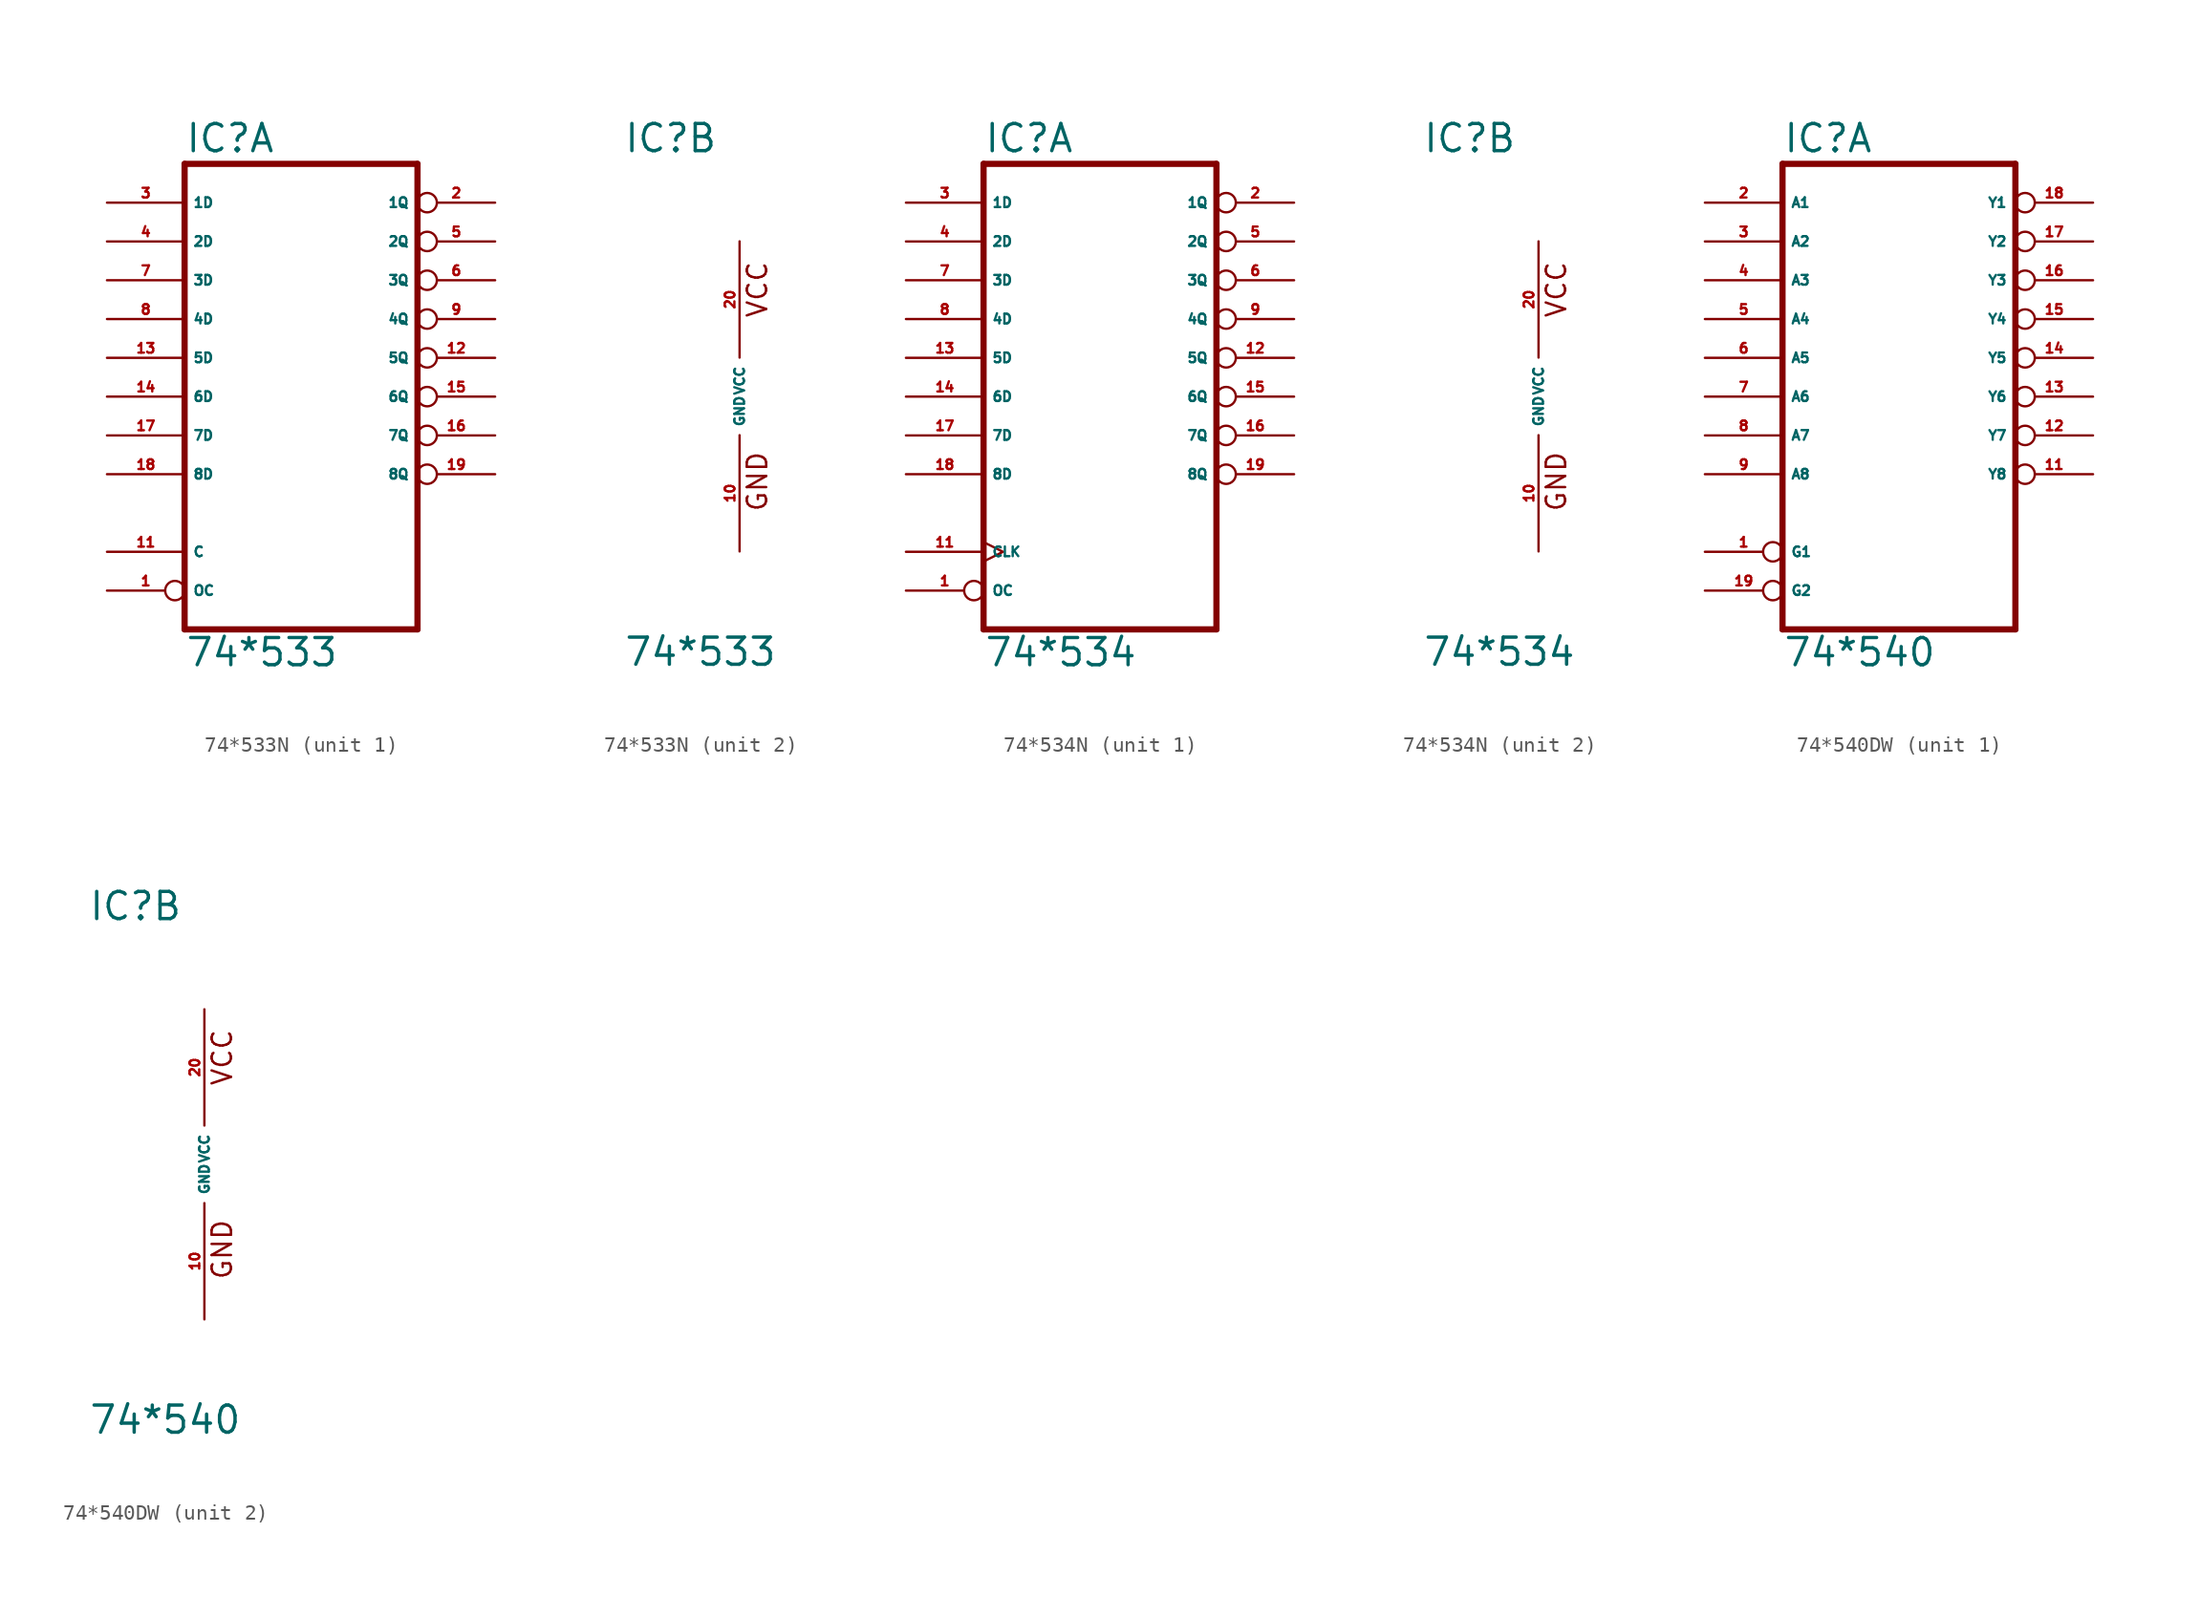
<source format=kicad_sym>
(kicad_symbol_lib
  (version 20220914)
  (generator Eagle2Kicad)
  (symbol "74*533N"
    (property "Reference" "IC"
      (at -7.62 15.875 0)
      (effects (font (size 1.778 1.778) (thickness 0.22)) (justify left bottom)))
    (property "Value" "74*533"
      (at -7.62 -17.78 0)
      (effects (font (size 1.778 1.778) (thickness 0.22)) (justify left bottom)))
    (symbol "74*533N_1_0"
      (polyline (pts (xy -7.62 -15.24) (xy 7.62 -15.24)) (stroke (width 0.406) (type default)) (fill (type none)))
      (polyline (pts (xy 7.62 -15.24) (xy 7.62 15.24)) (stroke (width 0.406) (type default)) (fill (type none)))
      (polyline (pts (xy 7.62 15.24) (xy -7.62 15.24)) (stroke (width 0.406) (type default)) (fill (type none)))
      (polyline (pts (xy -7.62 15.24) (xy -7.62 -15.24)) (stroke (width 0.406) (type default)) (fill (type none)))
      (pin input inverted (at -12.7 -12.7 0) (length 5.08) (name "OC" (effects (font (size 0.635 0.635) (thickness 0.08)) (justify left bottom))) (number "1" (effects (font (size 0.635 0.635) (thickness 0.08)) (justify left bottom))))
      (pin tri_state inverted (at 12.7 12.7 180) (length 5.08) (name "1Q" (effects (font (size 0.635 0.635) (thickness 0.08)) (justify left bottom))) (number "2" (effects (font (size 0.635 0.635) (thickness 0.08)) (justify left bottom))))
      (pin input line (at -12.7 12.7 0) (length 5.08) (name "1D" (effects (font (size 0.635 0.635) (thickness 0.08)) (justify left bottom))) (number "3" (effects (font (size 0.635 0.635) (thickness 0.08)) (justify left bottom))))
      (pin input line (at -12.7 10.16 0) (length 5.08) (name "2D" (effects (font (size 0.635 0.635) (thickness 0.08)) (justify left bottom))) (number "4" (effects (font (size 0.635 0.635) (thickness 0.08)) (justify left bottom))))
      (pin tri_state inverted (at 12.7 10.16 180) (length 5.08) (name "2Q" (effects (font (size 0.635 0.635) (thickness 0.08)) (justify left bottom))) (number "5" (effects (font (size 0.635 0.635) (thickness 0.08)) (justify left bottom))))
      (pin tri_state inverted (at 12.7 7.62 180) (length 5.08) (name "3Q" (effects (font (size 0.635 0.635) (thickness 0.08)) (justify left bottom))) (number "6" (effects (font (size 0.635 0.635) (thickness 0.08)) (justify left bottom))))
      (pin input line (at -12.7 7.62 0) (length 5.08) (name "3D" (effects (font (size 0.635 0.635) (thickness 0.08)) (justify left bottom))) (number "7" (effects (font (size 0.635 0.635) (thickness 0.08)) (justify left bottom))))
      (pin input line (at -12.7 5.08 0) (length 5.08) (name "4D" (effects (font (size 0.635 0.635) (thickness 0.08)) (justify left bottom))) (number "8" (effects (font (size 0.635 0.635) (thickness 0.08)) (justify left bottom))))
      (pin tri_state inverted (at 12.7 5.08 180) (length 5.08) (name "4Q" (effects (font (size 0.635 0.635) (thickness 0.08)) (justify left bottom))) (number "9" (effects (font (size 0.635 0.635) (thickness 0.08)) (justify left bottom))))
      (pin input line (at -12.7 -10.16 0) (length 5.08) (name "C" (effects (font (size 0.635 0.635) (thickness 0.08)) (justify left bottom))) (number "11" (effects (font (size 0.635 0.635) (thickness 0.08)) (justify left bottom))))
      (pin tri_state inverted (at 12.7 2.54 180) (length 5.08) (name "5Q" (effects (font (size 0.635 0.635) (thickness 0.08)) (justify left bottom))) (number "12" (effects (font (size 0.635 0.635) (thickness 0.08)) (justify left bottom))))
      (pin input line (at -12.7 2.54 0) (length 5.08) (name "5D" (effects (font (size 0.635 0.635) (thickness 0.08)) (justify left bottom))) (number "13" (effects (font (size 0.635 0.635) (thickness 0.08)) (justify left bottom))))
      (pin input line (at -12.7 0 0) (length 5.08) (name "6D" (effects (font (size 0.635 0.635) (thickness 0.08)) (justify left bottom))) (number "14" (effects (font (size 0.635 0.635) (thickness 0.08)) (justify left bottom))))
      (pin tri_state inverted (at 12.7 0 180) (length 5.08) (name "6Q" (effects (font (size 0.635 0.635) (thickness 0.08)) (justify left bottom))) (number "15" (effects (font (size 0.635 0.635) (thickness 0.08)) (justify left bottom))))
      (pin tri_state inverted (at 12.7 -2.54 180) (length 5.08) (name "7Q" (effects (font (size 0.635 0.635) (thickness 0.08)) (justify left bottom))) (number "16" (effects (font (size 0.635 0.635) (thickness 0.08)) (justify left bottom))))
      (pin input line (at -12.7 -2.54 0) (length 5.08) (name "7D" (effects (font (size 0.635 0.635) (thickness 0.08)) (justify left bottom))) (number "17" (effects (font (size 0.635 0.635) (thickness 0.08)) (justify left bottom))))
      (pin input line (at -12.7 -5.08 0) (length 5.08) (name "8D" (effects (font (size 0.635 0.635) (thickness 0.08)) (justify left bottom))) (number "18" (effects (font (size 0.635 0.635) (thickness 0.08)) (justify left bottom))))
      (pin tri_state inverted (at 12.7 -5.08 180) (length 5.08) (name "8Q" (effects (font (size 0.635 0.635) (thickness 0.08)) (justify left bottom))) (number "19" (effects (font (size 0.635 0.635) (thickness 0.08)) (justify left bottom)))))
    (symbol "74*533N_2_0"
      (text "GND" (at 1.905 -7.62 900) (effects (font (size 1.27 1.27) (thickness 0.16)) (justify left bottom)))
      (text "VCC" (at 1.905 5.08 900) (effects (font (size 1.27 1.27) (thickness 0.16)) (justify left bottom)))
      (pin unspecified line (at 0 -10.16 90) (length 7.62) (name "GND" (effects (font (size 0.635 0.635) (thickness 0.08)) (justify left bottom))) (number "10" (effects (font (size 0.635 0.635) (thickness 0.08)) (justify left bottom))))
      (pin unspecified line (at 0 10.16 270) (length 7.62) (name "VCC" (effects (font (size 0.635 0.635) (thickness 0.08)) (justify left bottom))) (number "20" (effects (font (size 0.635 0.635) (thickness 0.08)) (justify left bottom))))))
  (symbol "74*534N"
    (property "Reference" "IC"
      (at -7.62 15.875 0)
      (effects (font (size 1.778 1.778) (thickness 0.22)) (justify left bottom)))
    (property "Value" "74*534"
      (at -7.62 -17.78 0)
      (effects (font (size 1.778 1.778) (thickness 0.22)) (justify left bottom)))
    (symbol "74*534N_1_0"
      (polyline (pts (xy -7.62 -15.24) (xy 7.62 -15.24)) (stroke (width 0.406) (type default)) (fill (type none)))
      (polyline (pts (xy 7.62 -15.24) (xy 7.62 15.24)) (stroke (width 0.406) (type default)) (fill (type none)))
      (polyline (pts (xy 7.62 15.24) (xy -7.62 15.24)) (stroke (width 0.406) (type default)) (fill (type none)))
      (polyline (pts (xy -7.62 15.24) (xy -7.62 -15.24)) (stroke (width 0.406) (type default)) (fill (type none)))
      (pin input inverted (at -12.7 -12.7 0) (length 5.08) (name "OC" (effects (font (size 0.635 0.635) (thickness 0.08)) (justify left bottom))) (number "1" (effects (font (size 0.635 0.635) (thickness 0.08)) (justify left bottom))))
      (pin tri_state inverted (at 12.7 12.7 180) (length 5.08) (name "1Q" (effects (font (size 0.635 0.635) (thickness 0.08)) (justify left bottom))) (number "2" (effects (font (size 0.635 0.635) (thickness 0.08)) (justify left bottom))))
      (pin input line (at -12.7 12.7 0) (length 5.08) (name "1D" (effects (font (size 0.635 0.635) (thickness 0.08)) (justify left bottom))) (number "3" (effects (font (size 0.635 0.635) (thickness 0.08)) (justify left bottom))))
      (pin input line (at -12.7 10.16 0) (length 5.08) (name "2D" (effects (font (size 0.635 0.635) (thickness 0.08)) (justify left bottom))) (number "4" (effects (font (size 0.635 0.635) (thickness 0.08)) (justify left bottom))))
      (pin tri_state inverted (at 12.7 10.16 180) (length 5.08) (name "2Q" (effects (font (size 0.635 0.635) (thickness 0.08)) (justify left bottom))) (number "5" (effects (font (size 0.635 0.635) (thickness 0.08)) (justify left bottom))))
      (pin tri_state inverted (at 12.7 7.62 180) (length 5.08) (name "3Q" (effects (font (size 0.635 0.635) (thickness 0.08)) (justify left bottom))) (number "6" (effects (font (size 0.635 0.635) (thickness 0.08)) (justify left bottom))))
      (pin input line (at -12.7 7.62 0) (length 5.08) (name "3D" (effects (font (size 0.635 0.635) (thickness 0.08)) (justify left bottom))) (number "7" (effects (font (size 0.635 0.635) (thickness 0.08)) (justify left bottom))))
      (pin input line (at -12.7 5.08 0) (length 5.08) (name "4D" (effects (font (size 0.635 0.635) (thickness 0.08)) (justify left bottom))) (number "8" (effects (font (size 0.635 0.635) (thickness 0.08)) (justify left bottom))))
      (pin tri_state inverted (at 12.7 5.08 180) (length 5.08) (name "4Q" (effects (font (size 0.635 0.635) (thickness 0.08)) (justify left bottom))) (number "9" (effects (font (size 0.635 0.635) (thickness 0.08)) (justify left bottom))))
      (pin input clock (at -12.7 -10.16 0) (length 5.08) (name "CLK" (effects (font (size 0.635 0.635) (thickness 0.08)) (justify left bottom))) (number "11" (effects (font (size 0.635 0.635) (thickness 0.08)) (justify left bottom))))
      (pin tri_state inverted (at 12.7 2.54 180) (length 5.08) (name "5Q" (effects (font (size 0.635 0.635) (thickness 0.08)) (justify left bottom))) (number "12" (effects (font (size 0.635 0.635) (thickness 0.08)) (justify left bottom))))
      (pin input line (at -12.7 2.54 0) (length 5.08) (name "5D" (effects (font (size 0.635 0.635) (thickness 0.08)) (justify left bottom))) (number "13" (effects (font (size 0.635 0.635) (thickness 0.08)) (justify left bottom))))
      (pin input line (at -12.7 0 0) (length 5.08) (name "6D" (effects (font (size 0.635 0.635) (thickness 0.08)) (justify left bottom))) (number "14" (effects (font (size 0.635 0.635) (thickness 0.08)) (justify left bottom))))
      (pin tri_state inverted (at 12.7 0 180) (length 5.08) (name "6Q" (effects (font (size 0.635 0.635) (thickness 0.08)) (justify left bottom))) (number "15" (effects (font (size 0.635 0.635) (thickness 0.08)) (justify left bottom))))
      (pin tri_state inverted (at 12.7 -2.54 180) (length 5.08) (name "7Q" (effects (font (size 0.635 0.635) (thickness 0.08)) (justify left bottom))) (number "16" (effects (font (size 0.635 0.635) (thickness 0.08)) (justify left bottom))))
      (pin input line (at -12.7 -2.54 0) (length 5.08) (name "7D" (effects (font (size 0.635 0.635) (thickness 0.08)) (justify left bottom))) (number "17" (effects (font (size 0.635 0.635) (thickness 0.08)) (justify left bottom))))
      (pin input line (at -12.7 -5.08 0) (length 5.08) (name "8D" (effects (font (size 0.635 0.635) (thickness 0.08)) (justify left bottom))) (number "18" (effects (font (size 0.635 0.635) (thickness 0.08)) (justify left bottom))))
      (pin tri_state inverted (at 12.7 -5.08 180) (length 5.08) (name "8Q" (effects (font (size 0.635 0.635) (thickness 0.08)) (justify left bottom))) (number "19" (effects (font (size 0.635 0.635) (thickness 0.08)) (justify left bottom)))))
    (symbol "74*534N_2_0"
      (text "GND" (at 1.905 -7.62 900) (effects (font (size 1.27 1.27) (thickness 0.16)) (justify left bottom)))
      (text "VCC" (at 1.905 5.08 900) (effects (font (size 1.27 1.27) (thickness 0.16)) (justify left bottom)))
      (pin unspecified line (at 0 -10.16 90) (length 7.62) (name "GND" (effects (font (size 0.635 0.635) (thickness 0.08)) (justify left bottom))) (number "10" (effects (font (size 0.635 0.635) (thickness 0.08)) (justify left bottom))))
      (pin unspecified line (at 0 10.16 270) (length 7.62) (name "VCC" (effects (font (size 0.635 0.635) (thickness 0.08)) (justify left bottom))) (number "20" (effects (font (size 0.635 0.635) (thickness 0.08)) (justify left bottom))))))
  (symbol "74*540DW"
    (property "Reference" "IC"
      (at -7.62 15.875 0)
      (effects (font (size 1.778 1.778) (thickness 0.22)) (justify left bottom)))
    (property "Value" "74*540"
      (at -7.62 -17.78 0)
      (effects (font (size 1.778 1.778) (thickness 0.22)) (justify left bottom)))
    (symbol "74*540DW_1_0"
      (polyline (pts (xy -7.62 -15.24) (xy 7.62 -15.24)) (stroke (width 0.406) (type default)) (fill (type none)))
      (polyline (pts (xy 7.62 -15.24) (xy 7.62 15.24)) (stroke (width 0.406) (type default)) (fill (type none)))
      (polyline (pts (xy 7.62 15.24) (xy -7.62 15.24)) (stroke (width 0.406) (type default)) (fill (type none)))
      (polyline (pts (xy -7.62 15.24) (xy -7.62 -15.24)) (stroke (width 0.406) (type default)) (fill (type none)))
      (pin input inverted (at -12.7 -10.16 0) (length 5.08) (name "G1" (effects (font (size 0.635 0.635) (thickness 0.08)) (justify left bottom))) (number "1" (effects (font (size 0.635 0.635) (thickness 0.08)) (justify left bottom))))
      (pin input line (at -12.7 12.7 0) (length 5.08) (name "A1" (effects (font (size 0.635 0.635) (thickness 0.08)) (justify left bottom))) (number "2" (effects (font (size 0.635 0.635) (thickness 0.08)) (justify left bottom))))
      (pin input line (at -12.7 10.16 0) (length 5.08) (name "A2" (effects (font (size 0.635 0.635) (thickness 0.08)) (justify left bottom))) (number "3" (effects (font (size 0.635 0.635) (thickness 0.08)) (justify left bottom))))
      (pin input line (at -12.7 7.62 0) (length 5.08) (name "A3" (effects (font (size 0.635 0.635) (thickness 0.08)) (justify left bottom))) (number "4" (effects (font (size 0.635 0.635) (thickness 0.08)) (justify left bottom))))
      (pin input line (at -12.7 5.08 0) (length 5.08) (name "A4" (effects (font (size 0.635 0.635) (thickness 0.08)) (justify left bottom))) (number "5" (effects (font (size 0.635 0.635) (thickness 0.08)) (justify left bottom))))
      (pin input line (at -12.7 2.54 0) (length 5.08) (name "A5" (effects (font (size 0.635 0.635) (thickness 0.08)) (justify left bottom))) (number "6" (effects (font (size 0.635 0.635) (thickness 0.08)) (justify left bottom))))
      (pin input line (at -12.7 0 0) (length 5.08) (name "A6" (effects (font (size 0.635 0.635) (thickness 0.08)) (justify left bottom))) (number "7" (effects (font (size 0.635 0.635) (thickness 0.08)) (justify left bottom))))
      (pin input line (at -12.7 -2.54 0) (length 5.08) (name "A7" (effects (font (size 0.635 0.635) (thickness 0.08)) (justify left bottom))) (number "8" (effects (font (size 0.635 0.635) (thickness 0.08)) (justify left bottom))))
      (pin input line (at -12.7 -5.08 0) (length 5.08) (name "A8" (effects (font (size 0.635 0.635) (thickness 0.08)) (justify left bottom))) (number "9" (effects (font (size 0.635 0.635) (thickness 0.08)) (justify left bottom))))
      (pin tri_state inverted (at 12.7 -5.08 180) (length 5.08) (name "Y8" (effects (font (size 0.635 0.635) (thickness 0.08)) (justify left bottom))) (number "11" (effects (font (size 0.635 0.635) (thickness 0.08)) (justify left bottom))))
      (pin tri_state inverted (at 12.7 -2.54 180) (length 5.08) (name "Y7" (effects (font (size 0.635 0.635) (thickness 0.08)) (justify left bottom))) (number "12" (effects (font (size 0.635 0.635) (thickness 0.08)) (justify left bottom))))
      (pin tri_state inverted (at 12.7 0 180) (length 5.08) (name "Y6" (effects (font (size 0.635 0.635) (thickness 0.08)) (justify left bottom))) (number "13" (effects (font (size 0.635 0.635) (thickness 0.08)) (justify left bottom))))
      (pin tri_state inverted (at 12.7 2.54 180) (length 5.08) (name "Y5" (effects (font (size 0.635 0.635) (thickness 0.08)) (justify left bottom))) (number "14" (effects (font (size 0.635 0.635) (thickness 0.08)) (justify left bottom))))
      (pin tri_state inverted (at 12.7 5.08 180) (length 5.08) (name "Y4" (effects (font (size 0.635 0.635) (thickness 0.08)) (justify left bottom))) (number "15" (effects (font (size 0.635 0.635) (thickness 0.08)) (justify left bottom))))
      (pin tri_state inverted (at 12.7 7.62 180) (length 5.08) (name "Y3" (effects (font (size 0.635 0.635) (thickness 0.08)) (justify left bottom))) (number "16" (effects (font (size 0.635 0.635) (thickness 0.08)) (justify left bottom))))
      (pin tri_state inverted (at 12.7 10.16 180) (length 5.08) (name "Y2" (effects (font (size 0.635 0.635) (thickness 0.08)) (justify left bottom))) (number "17" (effects (font (size 0.635 0.635) (thickness 0.08)) (justify left bottom))))
      (pin tri_state inverted (at 12.7 12.7 180) (length 5.08) (name "Y1" (effects (font (size 0.635 0.635) (thickness 0.08)) (justify left bottom))) (number "18" (effects (font (size 0.635 0.635) (thickness 0.08)) (justify left bottom))))
      (pin input inverted (at -12.7 -12.7 0) (length 5.08) (name "G2" (effects (font (size 0.635 0.635) (thickness 0.08)) (justify left bottom))) (number "19" (effects (font (size 0.635 0.635) (thickness 0.08)) (justify left bottom)))))
    (symbol "74*540DW_2_0"
      (text "GND" (at 1.905 -7.62 900) (effects (font (size 1.27 1.27) (thickness 0.16)) (justify left bottom)))
      (text "VCC" (at 1.905 5.08 900) (effects (font (size 1.27 1.27) (thickness 0.16)) (justify left bottom)))
      (pin unspecified line (at 0 -10.16 90) (length 7.62) (name "GND" (effects (font (size 0.635 0.635) (thickness 0.08)) (justify left bottom))) (number "10" (effects (font (size 0.635 0.635) (thickness 0.08)) (justify left bottom))))
      (pin unspecified line (at 0 10.16 270) (length 7.62) (name "VCC" (effects (font (size 0.635 0.635) (thickness 0.08)) (justify left bottom))) (number "20" (effects (font (size 0.635 0.635) (thickness 0.08)) (justify left bottom)))))))
</source>
